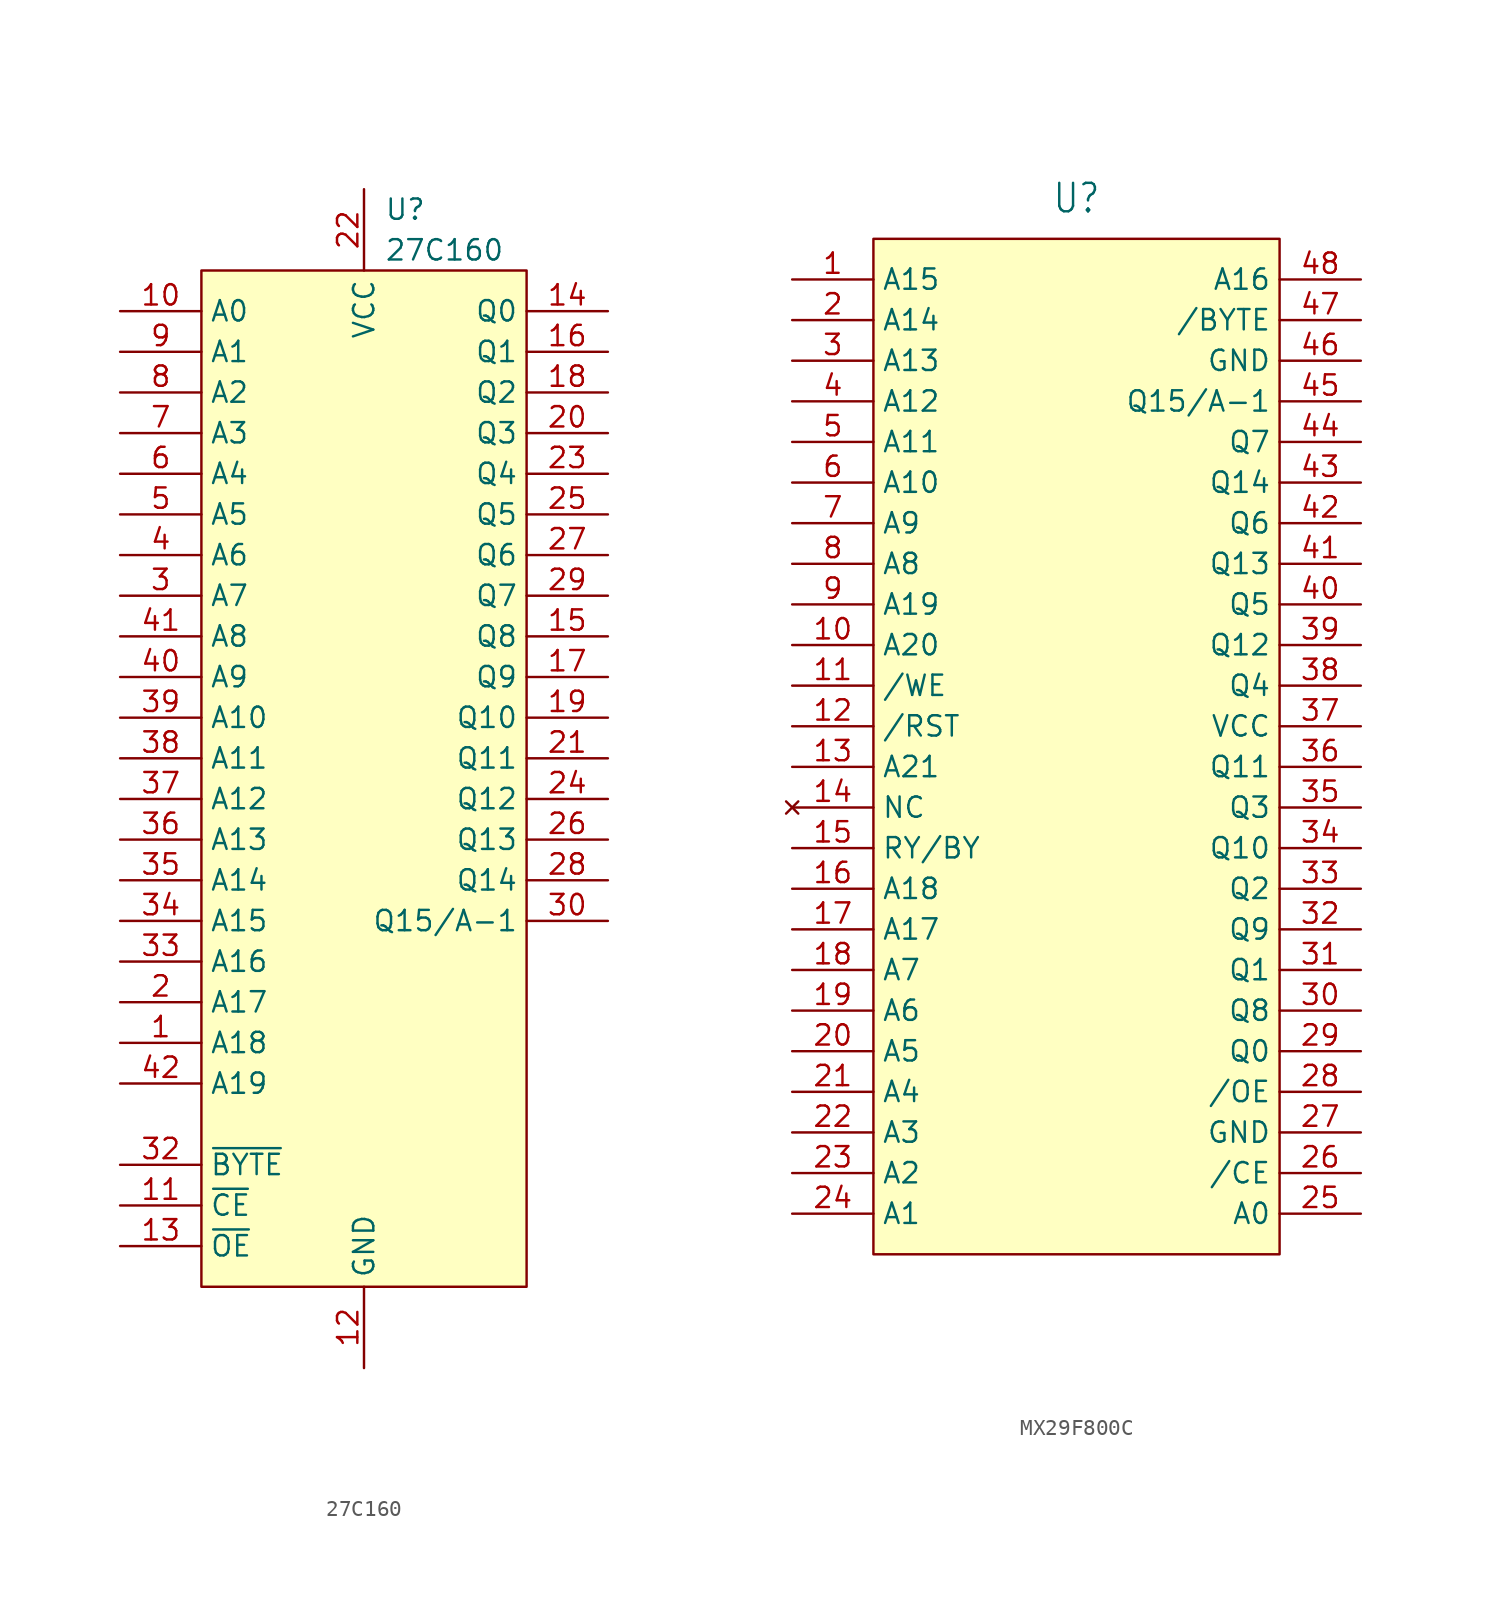
<source format=kicad_sym>
(kicad_symbol_lib
  (version 20241209)
  (generator "kicad_symbol_editor")
  (generator_version "9.0")
  (symbol "27C160"
    (property "Reference" "U"
      (at 1.27 35.56 0)
      (effects (font (size 1.27 1.27)) (justify left)))
    (property "Value" "27C160"
      (at 1.27 33.02 0)
      (effects (font (size 1.27 1.27)) (justify left)))
    (symbol "27C160_1_0"
      (pin input line (at -15.24 29.21 0) (length 5.08) (name "A0" (effects (font (size 1.27 1.27)))) (number "10" (effects (font (size 1.27 1.27)))))
      (pin input line (at -15.24 26.67 0) (length 5.08) (name "A1" (effects (font (size 1.27 1.27)))) (number "9" (effects (font (size 1.27 1.27)))))
      (pin input line (at -15.24 24.13 0) (length 5.08) (name "A2" (effects (font (size 1.27 1.27)))) (number "8" (effects (font (size 1.27 1.27)))))
      (pin input line (at -15.24 21.59 0) (length 5.08) (name "A3" (effects (font (size 1.27 1.27)))) (number "7" (effects (font (size 1.27 1.27)))))
      (pin input line (at -15.24 19.05 0) (length 5.08) (name "A4" (effects (font (size 1.27 1.27)))) (number "6" (effects (font (size 1.27 1.27)))))
      (pin input line (at -15.24 16.51 0) (length 5.08) (name "A5" (effects (font (size 1.27 1.27)))) (number "5" (effects (font (size 1.27 1.27)))))
      (pin input line (at -15.24 13.97 0) (length 5.08) (name "A6" (effects (font (size 1.27 1.27)))) (number "4" (effects (font (size 1.27 1.27)))))
      (pin input line (at -15.24 11.43 0) (length 5.08) (name "A7" (effects (font (size 1.27 1.27)))) (number "3" (effects (font (size 1.27 1.27)))))
      (pin input line (at -15.24 8.89 0) (length 5.08) (name "A8" (effects (font (size 1.27 1.27)))) (number "41" (effects (font (size 1.27 1.27)))))
      (pin input line (at -15.24 6.35 0) (length 5.08) (name "A9" (effects (font (size 1.27 1.27)))) (number "40" (effects (font (size 1.27 1.27)))))
      (pin input line (at -15.24 3.81 0) (length 5.08) (name "A10" (effects (font (size 1.27 1.27)))) (number "39" (effects (font (size 1.27 1.27)))))
      (pin input line (at -15.24 1.27 0) (length 5.08) (name "A11" (effects (font (size 1.27 1.27)))) (number "38" (effects (font (size 1.27 1.27)))))
      (pin input line (at -15.24 -1.27 0) (length 5.08) (name "A12" (effects (font (size 1.27 1.27)))) (number "37" (effects (font (size 1.27 1.27)))))
      (pin input line (at -15.24 -3.81 0) (length 5.08) (name "A13" (effects (font (size 1.27 1.27)))) (number "36" (effects (font (size 1.27 1.27)))))
      (pin input line (at -15.24 -6.35 0) (length 5.08) (name "A14" (effects (font (size 1.27 1.27)))) (number "35" (effects (font (size 1.27 1.27)))))
      (pin input line (at -15.24 -8.89 0) (length 5.08) (name "A15" (effects (font (size 1.27 1.27)))) (number "34" (effects (font (size 1.27 1.27)))))
      (pin input line (at -15.24 -11.43 0) (length 5.08) (name "A16" (effects (font (size 1.27 1.27)))) (number "33" (effects (font (size 1.27 1.27)))))
      (pin input line (at -15.24 -13.97 0) (length 5.08) (name "A17" (effects (font (size 1.27 1.27)))) (number "2" (effects (font (size 1.27 1.27)))))
      (pin input line (at -15.24 -16.51 0) (length 5.08) (name "A18" (effects (font (size 1.27 1.27)))) (number "1" (effects (font (size 1.27 1.27)))))
      (pin input line (at -15.24 -19.05 0) (length 5.08) (name "A19" (effects (font (size 1.27 1.27)))) (number "42" (effects (font (size 1.27 1.27)))))
      (pin input line (at -15.24 -24.13 0) (length 5.08) (name "~{BYTE}" (effects (font (size 1.27 1.27)))) (number "32" (effects (font (size 1.27 1.27)))) (alternate "A20" input line))
      (pin input line (at -15.24 -26.67 0) (length 5.08) (name "~{CE}" (effects (font (size 1.27 1.27)))) (number "11" (effects (font (size 1.27 1.27)))))
      (pin input line (at -15.24 -29.21 0) (length 5.08) (name "~{OE}" (effects (font (size 1.27 1.27)))) (number "13" (effects (font (size 1.27 1.27)))))
      (pin power_in line (at 0 36.83 270) (length 5.08) (name "VCC" (effects (font (size 1.27 1.27)))) (number "22" (effects (font (size 1.27 1.27)))))
      (pin power_in line (at 0 -36.83 90) (length 5.08) (name "GND" (effects (font (size 1.27 1.27)))) (number "12" (effects (font (size 1.27 1.27)))))
      (pin power_in line (at 0 -36.83 90) (length 5.08) (hide yes) (name "GND" (effects (font (size 1.27 1.27)))) (number "31" (effects (font (size 1.27 1.27)))))
      (pin output line (at 15.24 29.21 180) (length 5.08) (name "Q0" (effects (font (size 1.27 1.27)))) (number "14" (effects (font (size 1.27 1.27)))))
      (pin output line (at 15.24 26.67 180) (length 5.08) (name "Q1" (effects (font (size 1.27 1.27)))) (number "16" (effects (font (size 1.27 1.27)))))
      (pin output line (at 15.24 24.13 180) (length 5.08) (name "Q2" (effects (font (size 1.27 1.27)))) (number "18" (effects (font (size 1.27 1.27)))))
      (pin output line (at 15.24 21.59 180) (length 5.08) (name "Q3" (effects (font (size 1.27 1.27)))) (number "20" (effects (font (size 1.27 1.27)))))
      (pin output line (at 15.24 19.05 180) (length 5.08) (name "Q4" (effects (font (size 1.27 1.27)))) (number "23" (effects (font (size 1.27 1.27)))))
      (pin output line (at 15.24 16.51 180) (length 5.08) (name "Q5" (effects (font (size 1.27 1.27)))) (number "25" (effects (font (size 1.27 1.27)))))
      (pin output line (at 15.24 13.97 180) (length 5.08) (name "Q6" (effects (font (size 1.27 1.27)))) (number "27" (effects (font (size 1.27 1.27)))))
      (pin output line (at 15.24 11.43 180) (length 5.08) (name "Q7" (effects (font (size 1.27 1.27)))) (number "29" (effects (font (size 1.27 1.27)))))
      (pin output line (at 15.24 8.89 180) (length 5.08) (name "Q8" (effects (font (size 1.27 1.27)))) (number "15" (effects (font (size 1.27 1.27)))))
      (pin output line (at 15.24 6.35 180) (length 5.08) (name "Q9" (effects (font (size 1.27 1.27)))) (number "17" (effects (font (size 1.27 1.27)))))
      (pin output line (at 15.24 3.81 180) (length 5.08) (name "Q10" (effects (font (size 1.27 1.27)))) (number "19" (effects (font (size 1.27 1.27)))))
      (pin output line (at 15.24 1.27 180) (length 5.08) (name "Q11" (effects (font (size 1.27 1.27)))) (number "21" (effects (font (size 1.27 1.27)))))
      (pin output line (at 15.24 -1.27 180) (length 5.08) (name "Q12" (effects (font (size 1.27 1.27)))) (number "24" (effects (font (size 1.27 1.27)))))
      (pin output line (at 15.24 -3.81 180) (length 5.08) (name "Q13" (effects (font (size 1.27 1.27)))) (number "26" (effects (font (size 1.27 1.27)))))
      (pin output line (at 15.24 -6.35 180) (length 5.08) (name "Q14" (effects (font (size 1.27 1.27)))) (number "28" (effects (font (size 1.27 1.27)))))
      (pin bidirectional line (at 15.24 -8.89 180) (length 5.08) (name "Q15/A-1" (effects (font (size 1.27 1.27)))) (number "30" (effects (font (size 1.27 1.27))))))
    (symbol "27C160_1_1"
      (rectangle (start -10.16 31.75) (end 10.16 -31.75) (stroke (width 0) (type default)) (fill (type background)))))
  (symbol "MX29F800C"
    (property "Reference" "U"
      (at 0 35.56 0)
      (effects (font (size 1.778 1.511))))
    (property "Value" ""
      (at 0 -33.02 0)
      (effects (font (size 1.778 1.511))))
    (symbol "MX29F800C_1_0"
      (pin input line (at -17.78 30.48 0) (length 5.08) (name "A15" (effects (font (size 1.27 1.27)))) (number "1" (effects (font (size 1.27 1.27)))))
      (pin input line (at -17.78 27.94 0) (length 5.08) (name "A14" (effects (font (size 1.27 1.27)))) (number "2" (effects (font (size 1.27 1.27)))))
      (pin input line (at -17.78 25.4 0) (length 5.08) (name "A13" (effects (font (size 1.27 1.27)))) (number "3" (effects (font (size 1.27 1.27)))))
      (pin input line (at -17.78 22.86 0) (length 5.08) (name "A12" (effects (font (size 1.27 1.27)))) (number "4" (effects (font (size 1.27 1.27)))))
      (pin input line (at -17.78 20.32 0) (length 5.08) (name "A11" (effects (font (size 1.27 1.27)))) (number "5" (effects (font (size 1.27 1.27)))))
      (pin input line (at -17.78 17.78 0) (length 5.08) (name "A10" (effects (font (size 1.27 1.27)))) (number "6" (effects (font (size 1.27 1.27)))))
      (pin input line (at -17.78 15.24 0) (length 5.08) (name "A9" (effects (font (size 1.27 1.27)))) (number "7" (effects (font (size 1.27 1.27)))))
      (pin input line (at -17.78 12.7 0) (length 5.08) (name "A8" (effects (font (size 1.27 1.27)))) (number "8" (effects (font (size 1.27 1.27)))))
      (pin input line (at -17.78 10.16 0) (length 5.08) (name "A19" (effects (font (size 1.27 1.27)))) (number "9" (effects (font (size 1.27 1.27)))))
      (pin input line (at -17.78 7.62 0) (length 5.08) (name "A20" (effects (font (size 1.27 1.27)))) (number "10" (effects (font (size 1.27 1.27)))))
      (pin input line (at -17.78 5.08 0) (length 5.08) (name "/WE" (effects (font (size 1.27 1.27)))) (number "11" (effects (font (size 1.27 1.27)))))
      (pin input line (at -17.78 2.54 0) (length 5.08) (name "/RST" (effects (font (size 1.27 1.27)))) (number "12" (effects (font (size 1.27 1.27)))))
      (pin input line (at -17.78 0 0) (length 5.08) (name "A21" (effects (font (size 1.27 1.27)))) (number "13" (effects (font (size 1.27 1.27)))))
      (pin no_connect line (at -17.78 -2.54 0) (length 5.08) (name "NC" (effects (font (size 1.27 1.27)))) (number "14" (effects (font (size 1.27 1.27)))))
      (pin output line (at -17.78 -5.08 0) (length 5.08) (name "RY/BY" (effects (font (size 1.27 1.27)))) (number "15" (effects (font (size 1.27 1.27)))))
      (pin input line (at -17.78 -7.62 0) (length 5.08) (name "A18" (effects (font (size 1.27 1.27)))) (number "16" (effects (font (size 1.27 1.27)))))
      (pin input line (at -17.78 -10.16 0) (length 5.08) (name "A17" (effects (font (size 1.27 1.27)))) (number "17" (effects (font (size 1.27 1.27)))))
      (pin input line (at -17.78 -12.7 0) (length 5.08) (name "A7" (effects (font (size 1.27 1.27)))) (number "18" (effects (font (size 1.27 1.27)))))
      (pin input line (at -17.78 -15.24 0) (length 5.08) (name "A6" (effects (font (size 1.27 1.27)))) (number "19" (effects (font (size 1.27 1.27)))))
      (pin input line (at -17.78 -17.78 0) (length 5.08) (name "A5" (effects (font (size 1.27 1.27)))) (number "20" (effects (font (size 1.27 1.27)))))
      (pin input line (at -17.78 -20.32 0) (length 5.08) (name "A4" (effects (font (size 1.27 1.27)))) (number "21" (effects (font (size 1.27 1.27)))))
      (pin input line (at -17.78 -22.86 0) (length 5.08) (name "A3" (effects (font (size 1.27 1.27)))) (number "22" (effects (font (size 1.27 1.27)))))
      (pin input line (at -17.78 -25.4 0) (length 5.08) (name "A2" (effects (font (size 1.27 1.27)))) (number "23" (effects (font (size 1.27 1.27)))))
      (pin input line (at -17.78 -27.94 0) (length 5.08) (name "A1" (effects (font (size 1.27 1.27)))) (number "24" (effects (font (size 1.27 1.27)))))
      (pin input line (at 17.78 30.48 180) (length 5.08) (name "A16" (effects (font (size 1.27 1.27)))) (number "48" (effects (font (size 1.27 1.27)))))
      (pin input line (at 17.78 27.94 180) (length 5.08) (name "/BYTE" (effects (font (size 1.27 1.27)))) (number "47" (effects (font (size 1.27 1.27)))))
      (pin power_in line (at 17.78 25.4 180) (length 5.08) (name "GND" (effects (font (size 1.27 1.27)))) (number "46" (effects (font (size 1.27 1.27)))))
      (pin bidirectional line (at 17.78 22.86 180) (length 5.08) (name "Q15/A-1" (effects (font (size 1.27 1.27)))) (number "45" (effects (font (size 1.27 1.27)))))
      (pin bidirectional line (at 17.78 20.32 180) (length 5.08) (name "Q7" (effects (font (size 1.27 1.27)))) (number "44" (effects (font (size 1.27 1.27)))))
      (pin bidirectional line (at 17.78 17.78 180) (length 5.08) (name "Q14" (effects (font (size 1.27 1.27)))) (number "43" (effects (font (size 1.27 1.27)))))
      (pin bidirectional line (at 17.78 15.24 180) (length 5.08) (name "Q6" (effects (font (size 1.27 1.27)))) (number "42" (effects (font (size 1.27 1.27)))))
      (pin bidirectional line (at 17.78 12.7 180) (length 5.08) (name "Q13" (effects (font (size 1.27 1.27)))) (number "41" (effects (font (size 1.27 1.27)))))
      (pin bidirectional line (at 17.78 10.16 180) (length 5.08) (name "Q5" (effects (font (size 1.27 1.27)))) (number "40" (effects (font (size 1.27 1.27)))))
      (pin bidirectional line (at 17.78 7.62 180) (length 5.08) (name "Q12" (effects (font (size 1.27 1.27)))) (number "39" (effects (font (size 1.27 1.27)))))
      (pin bidirectional line (at 17.78 5.08 180) (length 5.08) (name "Q4" (effects (font (size 1.27 1.27)))) (number "38" (effects (font (size 1.27 1.27)))))
      (pin power_in line (at 17.78 2.54 180) (length 5.08) (name "VCC" (effects (font (size 1.27 1.27)))) (number "37" (effects (font (size 1.27 1.27)))))
      (pin bidirectional line (at 17.78 0 180) (length 5.08) (name "Q11" (effects (font (size 1.27 1.27)))) (number "36" (effects (font (size 1.27 1.27)))))
      (pin bidirectional line (at 17.78 -2.54 180) (length 5.08) (name "Q3" (effects (font (size 1.27 1.27)))) (number "35" (effects (font (size 1.27 1.27)))))
      (pin bidirectional line (at 17.78 -5.08 180) (length 5.08) (name "Q10" (effects (font (size 1.27 1.27)))) (number "34" (effects (font (size 1.27 1.27)))))
      (pin bidirectional line (at 17.78 -7.62 180) (length 5.08) (name "Q2" (effects (font (size 1.27 1.27)))) (number "33" (effects (font (size 1.27 1.27)))))
      (pin bidirectional line (at 17.78 -10.16 180) (length 5.08) (name "Q9" (effects (font (size 1.27 1.27)))) (number "32" (effects (font (size 1.27 1.27)))))
      (pin bidirectional line (at 17.78 -12.7 180) (length 5.08) (name "Q1" (effects (font (size 1.27 1.27)))) (number "31" (effects (font (size 1.27 1.27)))))
      (pin bidirectional line (at 17.78 -15.24 180) (length 5.08) (name "Q8" (effects (font (size 1.27 1.27)))) (number "30" (effects (font (size 1.27 1.27)))))
      (pin bidirectional line (at 17.78 -17.78 180) (length 5.08) (name "Q0" (effects (font (size 1.27 1.27)))) (number "29" (effects (font (size 1.27 1.27)))))
      (pin input line (at 17.78 -20.32 180) (length 5.08) (name "/OE" (effects (font (size 1.27 1.27)))) (number "28" (effects (font (size 1.27 1.27)))))
      (pin power_in line (at 17.78 -22.86 180) (length 5.08) (name "GND" (effects (font (size 1.27 1.27)))) (number "27" (effects (font (size 1.27 1.27)))))
      (pin input line (at 17.78 -25.4 180) (length 5.08) (name "/CE" (effects (font (size 1.27 1.27)))) (number "26" (effects (font (size 1.27 1.27)))))
      (pin input line (at 17.78 -27.94 180) (length 5.08) (name "A0" (effects (font (size 1.27 1.27)))) (number "25" (effects (font (size 1.27 1.27))))))
    (symbol "MX29F800C_1_1"
      (rectangle (start -12.7 33.02) (end 12.7 -30.48) (stroke (width 0) (type default)) (fill (type background))))))
</source>
